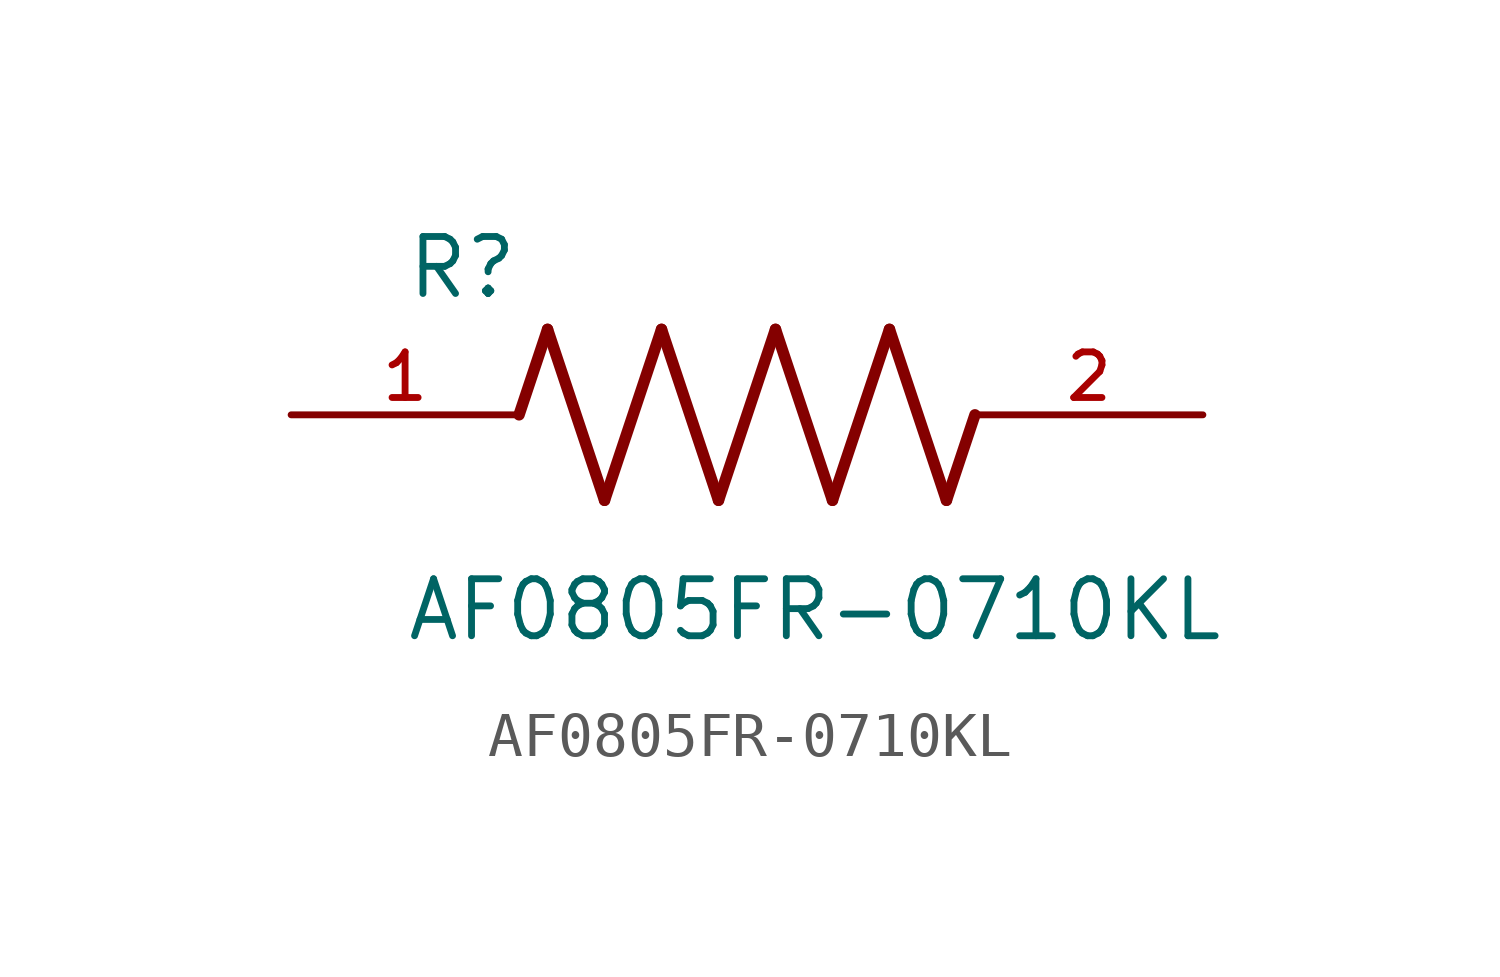
<source format=kicad_sym>
(kicad_symbol_lib
  (version 20211014)
  (generator kicad_symbol_editor)
  (symbol "AF0805FR-0710KL"
    (pin_names
      (offset 1.016))
    (property "Reference" "R"
      (at -7.624 2.541 0)
      (effects (font (size 1.27 1.27)) (justify bottom left)))
    (property "Value" "AF0805FR-0710KL"
      (at -7.63 -5.087 0)
      (effects (font (size 1.27 1.27)) (justify bottom left)))
    (symbol "AF0805FR-0710KL_0_0"
      (polyline (pts (xy -5.08 0.0) (xy -4.445 1.905)) (stroke (width 0.254)))
      (polyline (pts (xy -4.445 1.905) (xy -3.175 -1.905)) (stroke (width 0.254)))
      (polyline (pts (xy -3.175 -1.905) (xy -1.905 1.905)) (stroke (width 0.254)))
      (polyline (pts (xy -1.905 1.905) (xy -0.635 -1.905)) (stroke (width 0.254)))
      (polyline (pts (xy -0.635 -1.905) (xy 0.635 1.905)) (stroke (width 0.254)))
      (polyline (pts (xy 0.635 1.905) (xy 1.905 -1.905)) (stroke (width 0.254)))
      (polyline (pts (xy 1.905 -1.905) (xy 3.175 1.905)) (stroke (width 0.254)))
      (polyline (pts (xy 3.175 1.905) (xy 4.445 -1.905)) (stroke (width 0.254)))
      (polyline (pts (xy 4.445 -1.905) (xy 5.08 0.0)) (stroke (width 0.254)))
      (pin passive line (at -10.16 0.0 0) (length 5.08) (name "~" (effects (font (size 1.016 1.016)))) (number "1" (effects (font (size 1.016 1.016)))))
      (pin passive line (at 10.16 0.0 180.0) (length 5.08) (name "~" (effects (font (size 1.016 1.016)))) (number "2" (effects (font (size 1.016 1.016))))))))
</source>
